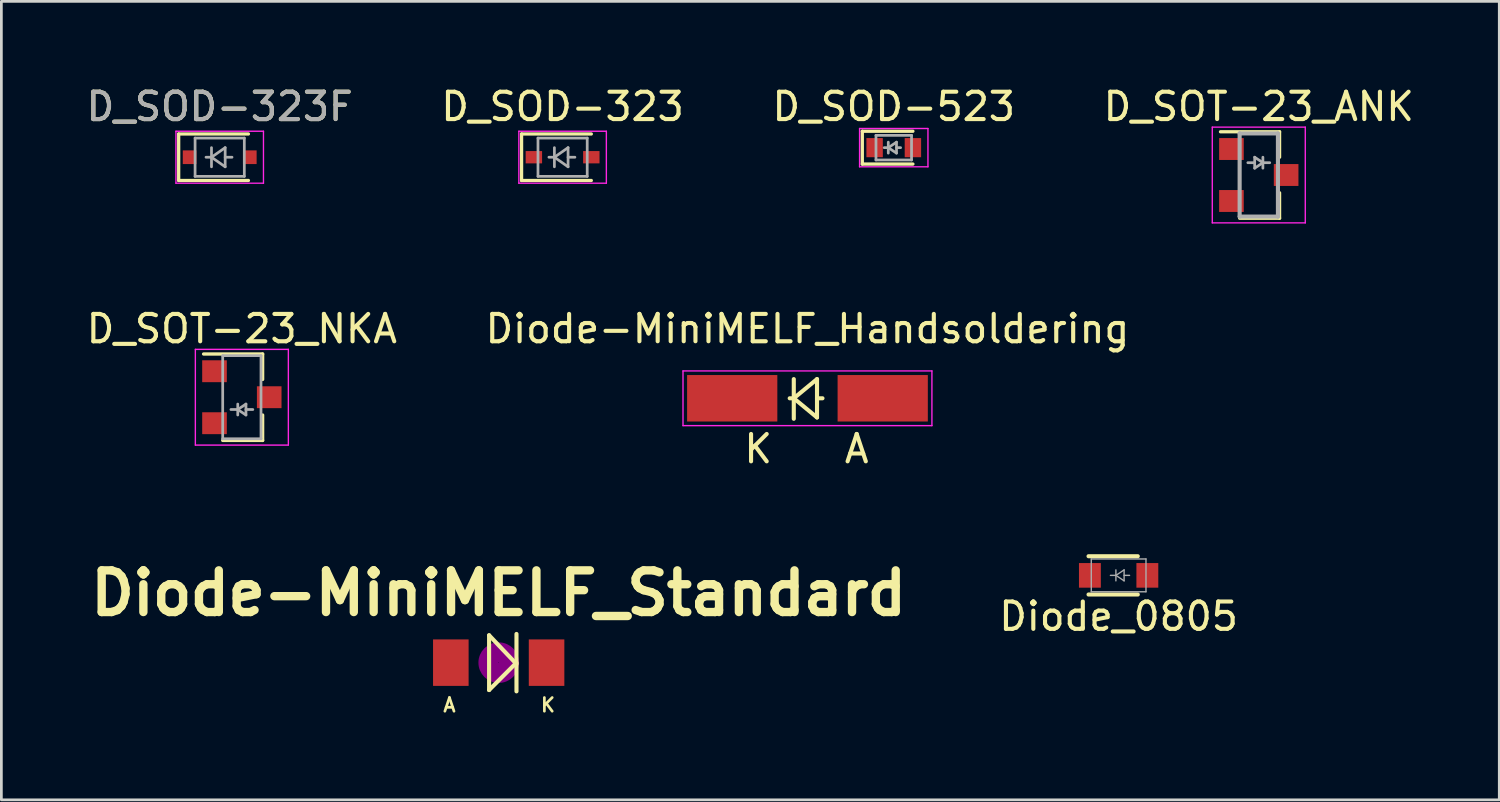
<source format=kicad_pcb>
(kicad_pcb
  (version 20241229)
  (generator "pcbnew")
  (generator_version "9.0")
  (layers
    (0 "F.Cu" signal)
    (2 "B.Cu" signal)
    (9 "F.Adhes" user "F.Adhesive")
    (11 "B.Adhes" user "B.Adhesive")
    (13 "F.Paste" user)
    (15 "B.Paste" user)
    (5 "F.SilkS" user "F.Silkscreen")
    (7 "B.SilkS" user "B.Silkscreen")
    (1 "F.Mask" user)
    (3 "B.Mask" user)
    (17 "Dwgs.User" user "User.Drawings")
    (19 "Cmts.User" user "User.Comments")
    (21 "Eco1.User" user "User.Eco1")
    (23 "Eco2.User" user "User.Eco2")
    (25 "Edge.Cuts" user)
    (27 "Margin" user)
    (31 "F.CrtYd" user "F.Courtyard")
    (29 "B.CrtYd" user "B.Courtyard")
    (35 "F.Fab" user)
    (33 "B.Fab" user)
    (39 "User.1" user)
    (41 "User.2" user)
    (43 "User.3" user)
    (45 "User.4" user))
  (footprint "D_SOT-23_NKA"
    (layer "F.Cu")
    (at 5.792 11.472)
    (property "Reference" "D_SOT-23_NKA" (at 0 -2.5 0) (layer "F.SilkS") (effects (font (size 1 1) (thickness 0.15))))
    (attr smd)
    (fp_line (start 0.76 -1.58) (end -1.4 -1.58) (stroke (width 0.12) (type solid)) (layer "F.SilkS"))
    (fp_line (start 0.76 -1.58) (end 0.76 -0.65) (stroke (width 0.12) (type solid)) (layer "F.SilkS"))
    (fp_line (start 0.76 1.58) (end -0.7 1.58) (stroke (width 0.12) (type solid)) (layer "F.SilkS"))
    (fp_line (start 0.76 1.58) (end 0.76 0.65) (stroke (width 0.12) (type solid)) (layer "F.SilkS"))
    (fp_line (start -1.7 -1.75) (end 1.7 -1.75) (stroke (width 0.05) (type solid)) (layer "F.CrtYd"))
    (fp_line (start -1.7 1.75) (end -1.7 -1.75) (stroke (width 0.05) (type solid)) (layer "F.CrtYd"))
    (fp_line (start 1.7 -1.75) (end 1.7 1.75) (stroke (width 0.05) (type solid)) (layer "F.CrtYd"))
    (fp_line (start 1.7 1.75) (end -1.7 1.75) (stroke (width 0.05) (type solid)) (layer "F.CrtYd"))
    (fp_line (start -0.7 -1.52) (end -0.7 1.52) (stroke (width 0.1) (type solid)) (layer "F.Fab"))
    (fp_line (start -0.7 -1.52) (end 0.7 -1.52) (stroke (width 0.1) (type solid)) (layer "F.Fab"))
    (fp_line (start -0.7 1.52) (end 0.7 1.52) (stroke (width 0.1) (type solid)) (layer "F.Fab"))
    (fp_line (start -0.15 0.45) (end -0.4 0.45) (stroke (width 0.1) (type solid)) (layer "F.Fab"))
    (fp_line (start -0.15 0.45) (end 0.15 0.65) (stroke (width 0.1) (type solid)) (layer "F.Fab"))
    (fp_line (start -0.15 0.65) (end -0.15 0.25) (stroke (width 0.1) (type solid)) (layer "F.Fab"))
    (fp_line (start 0.15 0.25) (end -0.15 0.45) (stroke (width 0.1) (type solid)) (layer "F.Fab"))
    (fp_line (start 0.15 0.45) (end 0.4 0.45) (stroke (width 0.1) (type solid)) (layer "F.Fab"))
    (fp_line (start 0.15 0.65) (end 0.15 0.25) (stroke (width 0.1) (type solid)) (layer "F.Fab"))
    (fp_line (start 0.7 -1.52) (end 0.7 1.52) (stroke (width 0.1) (type solid)) (layer "F.Fab"))
    (pad "" smd rect (at -1 -0.95) (size 0.9 0.8) (layers "F.Cu" "F.Mask" "F.Paste"))
    (pad "1" smd rect (at -1 0.95) (size 0.9 0.8) (layers "F.Cu" "F.Mask" "F.Paste"))
    (pad "2" smd rect (at 1 0) (size 0.9 0.8) (layers "F.Cu" "F.Mask" "F.Paste")))
  (footprint "Diode-MiniMELF_Handsoldering"
    (layer "F.Cu")
    (at 26.47 11.511)
    (property "Reference" "Diode-MiniMELF_Handsoldering" (at 0 -2.54 0) (layer "F.SilkS") (effects (font (size 1 1) (thickness 0.15))))
    (attr smd)
    (fp_line (start -0.5 0) (end -0.649 0) (stroke (width 0.15) (type solid)) (layer "F.SilkS"))
    (fp_line (start -0.5 0) (end -0.5 -0.701) (stroke (width 0.15) (type solid)) (layer "F.SilkS"))
    (fp_line (start -0.5 0) (end -0.5 0.749) (stroke (width 0.15) (type solid)) (layer "F.SilkS"))
    (fp_line (start -0.5 0) (end 0.349 -0.701) (stroke (width 0.15) (type solid)) (layer "F.SilkS"))
    (fp_line (start 0.349 -0.701) (end 0.349 0.701) (stroke (width 0.15) (type solid)) (layer "F.SilkS"))
    (fp_line (start 0.349 0) (end 0.549 0) (stroke (width 0.15) (type solid)) (layer "F.SilkS"))
    (fp_line (start 0.349 0.701) (end -0.5 0) (stroke (width 0.15) (type solid)) (layer "F.SilkS"))
    (fp_line (start -4.55 -1) (end 4.55 -1) (stroke (width 0.05) (type solid)) (layer "F.CrtYd"))
    (fp_line (start -4.55 1) (end -4.55 -1) (stroke (width 0.05) (type solid)) (layer "F.CrtYd"))
    (fp_line (start 4.55 -1) (end 4.55 1) (stroke (width 0.05) (type solid)) (layer "F.CrtYd"))
    (fp_line (start 4.55 1) (end -4.55 1) (stroke (width 0.05) (type solid)) (layer "F.CrtYd"))
    (fp_text user "K" (at -1.8 1.85 0) (layer "F.SilkS") (effects (font (size 1 1) (thickness 0.15))))
    (fp_text user "A" (at 1.8 1.85 0) (layer "F.SilkS") (effects (font (size 1 1) (thickness 0.15))))
    (pad "1" smd rect (at -2.751 0) (size 3.299 1.699) (layers "F.Cu" "F.Mask" "F.Paste"))
    (pad "2" smd rect (at 2.751 0) (size 3.299 1.699) (layers "F.Cu" "F.Mask" "F.Paste")))
  (footprint "D_SOD-323F"
    (layer "F.Cu")
    (at 4.982 2.698)
    (property "Reference" "D_SOD-323F" (at 0 -1.85 0) (layer "F.SilkS") (effects (font (size 1 1) (thickness 0.15))))
    (attr smd)
    (fp_line (start -1.5 -0.85) (end -1.5 0.85) (stroke (width 0.12) (type solid)) (layer "F.SilkS"))
    (fp_line (start -1.5 -0.85) (end 1.05 -0.85) (stroke (width 0.12) (type solid)) (layer "F.SilkS"))
    (fp_line (start -1.5 0.85) (end 1.05 0.85) (stroke (width 0.12) (type solid)) (layer "F.SilkS"))
    (fp_line (start -1.6 -0.95) (end -1.6 0.95) (stroke (width 0.05) (type solid)) (layer "F.CrtYd"))
    (fp_line (start -1.6 -0.95) (end 1.6 -0.95) (stroke (width 0.05) (type solid)) (layer "F.CrtYd"))
    (fp_line (start -1.6 0.95) (end 1.6 0.95) (stroke (width 0.05) (type solid)) (layer "F.CrtYd"))
    (fp_line (start 1.6 -0.95) (end 1.6 0.95) (stroke (width 0.05) (type solid)) (layer "F.CrtYd"))
    (fp_line (start -0.9 -0.7) (end 0.9 -0.7) (stroke (width 0.1) (type solid)) (layer "F.Fab"))
    (fp_line (start -0.9 0.7) (end -0.9 -0.7) (stroke (width 0.1) (type solid)) (layer "F.Fab"))
    (fp_line (start -0.3 -0.35) (end -0.3 0.35) (stroke (width 0.1) (type solid)) (layer "F.Fab"))
    (fp_line (start -0.3 0) (end -0.5 0) (stroke (width 0.1) (type solid)) (layer "F.Fab"))
    (fp_line (start -0.3 0) (end 0.2 -0.35) (stroke (width 0.1) (type solid)) (layer "F.Fab"))
    (fp_line (start 0.2 -0.35) (end 0.2 0.35) (stroke (width 0.1) (type solid)) (layer "F.Fab"))
    (fp_line (start 0.2 0) (end 0.45 0) (stroke (width 0.1) (type solid)) (layer "F.Fab"))
    (fp_line (start 0.2 0.35) (end -0.3 0) (stroke (width 0.1) (type solid)) (layer "F.Fab"))
    (fp_line (start 0.9 -0.7) (end 0.9 0.7) (stroke (width 0.1) (type solid)) (layer "F.Fab"))
    (fp_line (start 0.9 0.7) (end -0.9 0.7) (stroke (width 0.1) (type solid)) (layer "F.Fab"))
    (fp_text user "${REFERENCE}" (at 0 -1.85 0) (layer "F.Fab") (effects (font (size 1 1) (thickness 0.15))))
    (pad "1" smd rect (at -1.1 0) (size 0.5 0.5) (layers "F.Cu" "F.Mask" "F.Paste"))
    (pad "2" smd rect (at 1.1 0) (size 0.5 0.5) (layers "F.Cu" "F.Mask" "F.Paste")))
  (footprint "Diode-MiniMELF_Standard"
    (layer "F.Cu")
    (at 15.182 21.176)
    (property "Reference" "Diode-MiniMELF_Standard" (at 0 -2.54 0) (layer "F.SilkS") (effects (font (size 1.524 1.524) (thickness 0.305))))
    (attr smd)
    (fp_line (start -0.351 -1.001) (end -0.351 1.001) (stroke (width 0.15) (type solid)) (layer "F.SilkS"))
    (fp_line (start -0.351 1.001) (end 0.65 0) (stroke (width 0.15) (type solid)) (layer "F.SilkS"))
    (fp_line (start 0.65 -1.049) (end 0.65 1.049) (stroke (width 0.15) (type solid)) (layer "F.SilkS"))
    (fp_line (start 0.65 0.051) (end -0.351 -1.001) (stroke (width 0.15) (type solid)) (layer "F.SilkS"))
    (fp_circle (center 0 0) (end 0 0.201) (stroke (width 0.381) (type solid)) (fill no) (layer "F.Adhes"))
    (fp_circle (center 0 0) (end 0 0.551) (stroke (width 0.381) (type solid)) (fill no) (layer "F.Adhes"))
    (fp_text user "A" (at -1.801 1.549 0) (layer "F.SilkS") (effects (font (size 0.5 0.5) (thickness 0.099))))
    (fp_text user "K" (at 1.801 1.549 0) (layer "F.SilkS") (effects (font (size 0.5 0.5) (thickness 0.099))))
    (pad "1" smd rect (at -1.75 0) (size 1.3 1.699) (layers "F.Cu" "F.Mask" "F.Paste"))
    (pad "2" smd rect (at 1.75 0) (size 1.3 1.699) (layers "F.Cu" "F.Mask" "F.Paste")))
  (footprint "D_SOT-23_ANK"
    (layer "F.Cu")
    (at 42.97 3.348)
    (property "Reference" "D_SOT-23_ANK" (at 0 -2.5 0) (layer "F.SilkS") (effects (font (size 1 1) (thickness 0.15))))
    (attr smd)
    (fp_line (start 0.76 -1.58) (end -1.4 -1.58) (stroke (width 0.12) (type solid)) (layer "F.SilkS"))
    (fp_line (start 0.76 -1.58) (end 0.76 -0.65) (stroke (width 0.12) (type solid)) (layer "F.SilkS"))
    (fp_line (start 0.76 1.58) (end -0.7 1.58) (stroke (width 0.12) (type solid)) (layer "F.SilkS"))
    (fp_line (start 0.76 1.58) (end 0.76 0.65) (stroke (width 0.12) (type solid)) (layer "F.SilkS"))
    (fp_line (start -1.7 -1.75) (end 1.7 -1.75) (stroke (width 0.05) (type solid)) (layer "F.CrtYd"))
    (fp_line (start -1.7 1.75) (end -1.7 -1.75) (stroke (width 0.05) (type solid)) (layer "F.CrtYd"))
    (fp_line (start 1.7 -1.75) (end 1.7 1.75) (stroke (width 0.05) (type solid)) (layer "F.CrtYd"))
    (fp_line (start 1.7 1.75) (end -1.7 1.75) (stroke (width 0.05) (type solid)) (layer "F.CrtYd"))
    (fp_line (start -0.7 -1.52) (end -0.7 1.52) (stroke (width 0.15) (type solid)) (layer "F.Fab"))
    (fp_line (start -0.7 -1.52) (end 0.7 -1.52) (stroke (width 0.15) (type solid)) (layer "F.Fab"))
    (fp_line (start -0.7 1.52) (end 0.7 1.52) (stroke (width 0.15) (type solid)) (layer "F.Fab"))
    (fp_line (start -0.15 -0.65) (end -0.15 -0.25) (stroke (width 0.1) (type solid)) (layer "F.Fab"))
    (fp_line (start -0.15 -0.45) (end -0.4 -0.45) (stroke (width 0.1) (type solid)) (layer "F.Fab"))
    (fp_line (start -0.15 -0.25) (end 0.15 -0.45) (stroke (width 0.1) (type solid)) (layer "F.Fab"))
    (fp_line (start 0.15 -0.65) (end 0.15 -0.25) (stroke (width 0.1) (type solid)) (layer "F.Fab"))
    (fp_line (start 0.15 -0.45) (end -0.15 -0.65) (stroke (width 0.1) (type solid)) (layer "F.Fab"))
    (fp_line (start 0.15 -0.45) (end 0.4 -0.45) (stroke (width 0.1) (type solid)) (layer "F.Fab"))
    (fp_line (start 0.7 -1.52) (end 0.7 1.52) (stroke (width 0.15) (type solid)) (layer "F.Fab"))
    (pad "" smd rect (at -1 0.95) (size 0.9 0.8) (layers "F.Cu" "F.Mask" "F.Paste"))
    (pad "1" smd rect (at -1 -0.95) (size 0.9 0.8) (layers "F.Cu" "F.Mask" "F.Paste"))
    (pad "2" smd rect (at 1 0) (size 0.9 0.8) (layers "F.Cu" "F.Mask" "F.Paste")))
  (footprint "D_SOD-523"
    (layer "F.Cu")
    (at 29.625 2.348)
    (property "Reference" "D_SOD-523" (at 0 -1.5 0) (layer "F.SilkS") (effects (font (size 1 1) (thickness 0.15))))
    (attr smd)
    (fp_line (start -1.15 -0.6) (end -1.15 0.6) (stroke (width 0.12) (type solid)) (layer "F.SilkS"))
    (fp_line (start 0.7 -0.6) (end -1.15 -0.6) (stroke (width 0.12) (type solid)) (layer "F.SilkS"))
    (fp_line (start 0.7 0.6) (end -1.15 0.6) (stroke (width 0.12) (type solid)) (layer "F.SilkS"))
    (fp_line (start -1.25 -0.7) (end 1.25 -0.7) (stroke (width 0.05) (type solid)) (layer "F.CrtYd"))
    (fp_line (start -1.25 0.7) (end -1.25 -0.7) (stroke (width 0.05) (type solid)) (layer "F.CrtYd"))
    (fp_line (start 1.25 -0.7) (end 1.25 0.7) (stroke (width 0.05) (type solid)) (layer "F.CrtYd"))
    (fp_line (start 1.25 0.7) (end -1.25 0.7) (stroke (width 0.05) (type solid)) (layer "F.CrtYd"))
    (fp_line (start -0.65 -0.45) (end 0.65 -0.45) (stroke (width 0.1) (type solid)) (layer "F.Fab"))
    (fp_line (start -0.65 0.45) (end -0.65 -0.45) (stroke (width 0.1) (type solid)) (layer "F.Fab"))
    (fp_line (start -0.2 0) (end -0.35 0) (stroke (width 0.1) (type solid)) (layer "F.Fab"))
    (fp_line (start -0.2 0) (end 0.1 0.2) (stroke (width 0.1) (type solid)) (layer "F.Fab"))
    (fp_line (start -0.2 0.2) (end -0.2 -0.2) (stroke (width 0.1) (type solid)) (layer "F.Fab"))
    (fp_line (start 0.1 -0.2) (end -0.2 0) (stroke (width 0.1) (type solid)) (layer "F.Fab"))
    (fp_line (start 0.1 0) (end 0.25 0) (stroke (width 0.1) (type solid)) (layer "F.Fab"))
    (fp_line (start 0.1 0.2) (end 0.1 -0.2) (stroke (width 0.1) (type solid)) (layer "F.Fab"))
    (fp_line (start 0.65 -0.45) (end 0.65 0.45) (stroke (width 0.1) (type solid)) (layer "F.Fab"))
    (fp_line (start 0.65 0.45) (end -0.65 0.45) (stroke (width 0.1) (type solid)) (layer "F.Fab"))
    (pad "1" smd rect (at -0.7 0 180) (size 0.6 0.7) (layers "F.Cu" "F.Mask" "F.Paste"))
    (pad "2" smd rect (at 0.7 0 180) (size 0.6 0.7) (layers "F.Cu" "F.Mask" "F.Paste")))
  (footprint "Diode_0805"
    (layer "F.Cu")
    (at 37.846 17.985)
    (property "Reference" "Diode_0805" (at 0 1.5 0) (layer "F.SilkS") (effects (font (size 1 1) (thickness 0.15))))
    (attr smd)
    (fp_line (start -1.1 -0.7) (end 0.7 -0.7) (stroke (width 0.15) (type solid)) (layer "F.SilkS"))
    (fp_line (start -1.1 0.7) (end 0.7 0.7) (stroke (width 0.15) (type solid)) (layer "F.SilkS"))
    (fp_line (start -1 -0.6) (end 1 -0.6) (stroke (width 0.05) (type solid)) (layer "F.Fab"))
    (fp_line (start -1 0.6) (end -1 -0.6) (stroke (width 0.05) (type solid)) (layer "F.Fab"))
    (fp_line (start -0.1 -0.2) (end -0.1 0.2) (stroke (width 0.05) (type solid)) (layer "F.Fab"))
    (fp_line (start -0.1 0) (end -0.3 0) (stroke (width 0.05) (type solid)) (layer "F.Fab"))
    (fp_line (start -0.1 0) (end 0.2 0.2) (stroke (width 0.05) (type solid)) (layer "F.Fab"))
    (fp_line (start 0.2 -0.2) (end -0.1 0) (stroke (width 0.05) (type solid)) (layer "F.Fab"))
    (fp_line (start 0.2 0) (end 0.4 0) (stroke (width 0.05) (type solid)) (layer "F.Fab"))
    (fp_line (start 0.2 0.2) (end 0.2 -0.2) (stroke (width 0.05) (type solid)) (layer "F.Fab"))
    (fp_line (start 1 -0.6) (end 1 0.6) (stroke (width 0.05) (type solid)) (layer "F.Fab"))
    (fp_line (start 1 0.6) (end -1 0.6) (stroke (width 0.05) (type solid)) (layer "F.Fab"))
    (pad "1" smd rect (at -1.05 0) (size 0.8 0.9) (layers "F.Cu" "F.Mask" "F.Paste"))
    (pad "2" smd rect (at 1.05 0) (size 0.8 0.9) (layers "F.Cu" "F.Mask" "F.Paste")))
  (footprint "D_SOD-323"
    (layer "F.Cu")
    (at 17.518 2.698)
    (property "Reference" "D_SOD-323" (at 0 -1.85 0) (layer "F.SilkS") (effects (font (size 1 1) (thickness 0.15))))
    (attr smd)
    (fp_line (start -1.5 -0.85) (end -1.5 0.85) (stroke (width 0.12) (type solid)) (layer "F.SilkS"))
    (fp_line (start -1.5 -0.85) (end 1.05 -0.85) (stroke (width 0.12) (type solid)) (layer "F.SilkS"))
    (fp_line (start -1.5 0.85) (end 1.05 0.85) (stroke (width 0.12) (type solid)) (layer "F.SilkS"))
    (fp_line (start -1.6 -0.95) (end -1.6 0.95) (stroke (width 0.05) (type solid)) (layer "F.CrtYd"))
    (fp_line (start -1.6 -0.95) (end 1.6 -0.95) (stroke (width 0.05) (type solid)) (layer "F.CrtYd"))
    (fp_line (start -1.6 0.95) (end 1.6 0.95) (stroke (width 0.05) (type solid)) (layer "F.CrtYd"))
    (fp_line (start 1.6 -0.95) (end 1.6 0.95) (stroke (width 0.05) (type solid)) (layer "F.CrtYd"))
    (fp_line (start -0.9 -0.7) (end 0.9 -0.7) (stroke (width 0.1) (type solid)) (layer "F.Fab"))
    (fp_line (start -0.9 0.7) (end -0.9 -0.7) (stroke (width 0.1) (type solid)) (layer "F.Fab"))
    (fp_line (start -0.3 -0.35) (end -0.3 0.35) (stroke (width 0.1) (type solid)) (layer "F.Fab"))
    (fp_line (start -0.3 0) (end -0.5 0) (stroke (width 0.1) (type solid)) (layer "F.Fab"))
    (fp_line (start -0.3 0) (end 0.2 -0.35) (stroke (width 0.1) (type solid)) (layer "F.Fab"))
    (fp_line (start 0.2 -0.35) (end 0.2 0.35) (stroke (width 0.1) (type solid)) (layer "F.Fab"))
    (fp_line (start 0.2 0) (end 0.45 0) (stroke (width 0.1) (type solid)) (layer "F.Fab"))
    (fp_line (start 0.2 0.35) (end -0.3 0) (stroke (width 0.1) (type solid)) (layer "F.Fab"))
    (fp_line (start 0.9 -0.7) (end 0.9 0.7) (stroke (width 0.1) (type solid)) (layer "F.Fab"))
    (fp_line (start 0.9 0.7) (end -0.9 0.7) (stroke (width 0.1) (type solid)) (layer "F.Fab"))
    (pad "1" smd rect (at -1.05 0) (size 0.6 0.45) (layers "F.Cu" "F.Mask" "F.Paste"))
    (pad "2" smd rect (at 1.05 0) (size 0.6 0.45) (layers "F.Cu" "F.Mask" "F.Paste")))
  (gr_rect
    (start -3 -3)
    (end 51.762 26.192)
    (stroke (width 0.1) (type default))
    (fill no)
    (layer "Edge.Cuts")))
</source>
